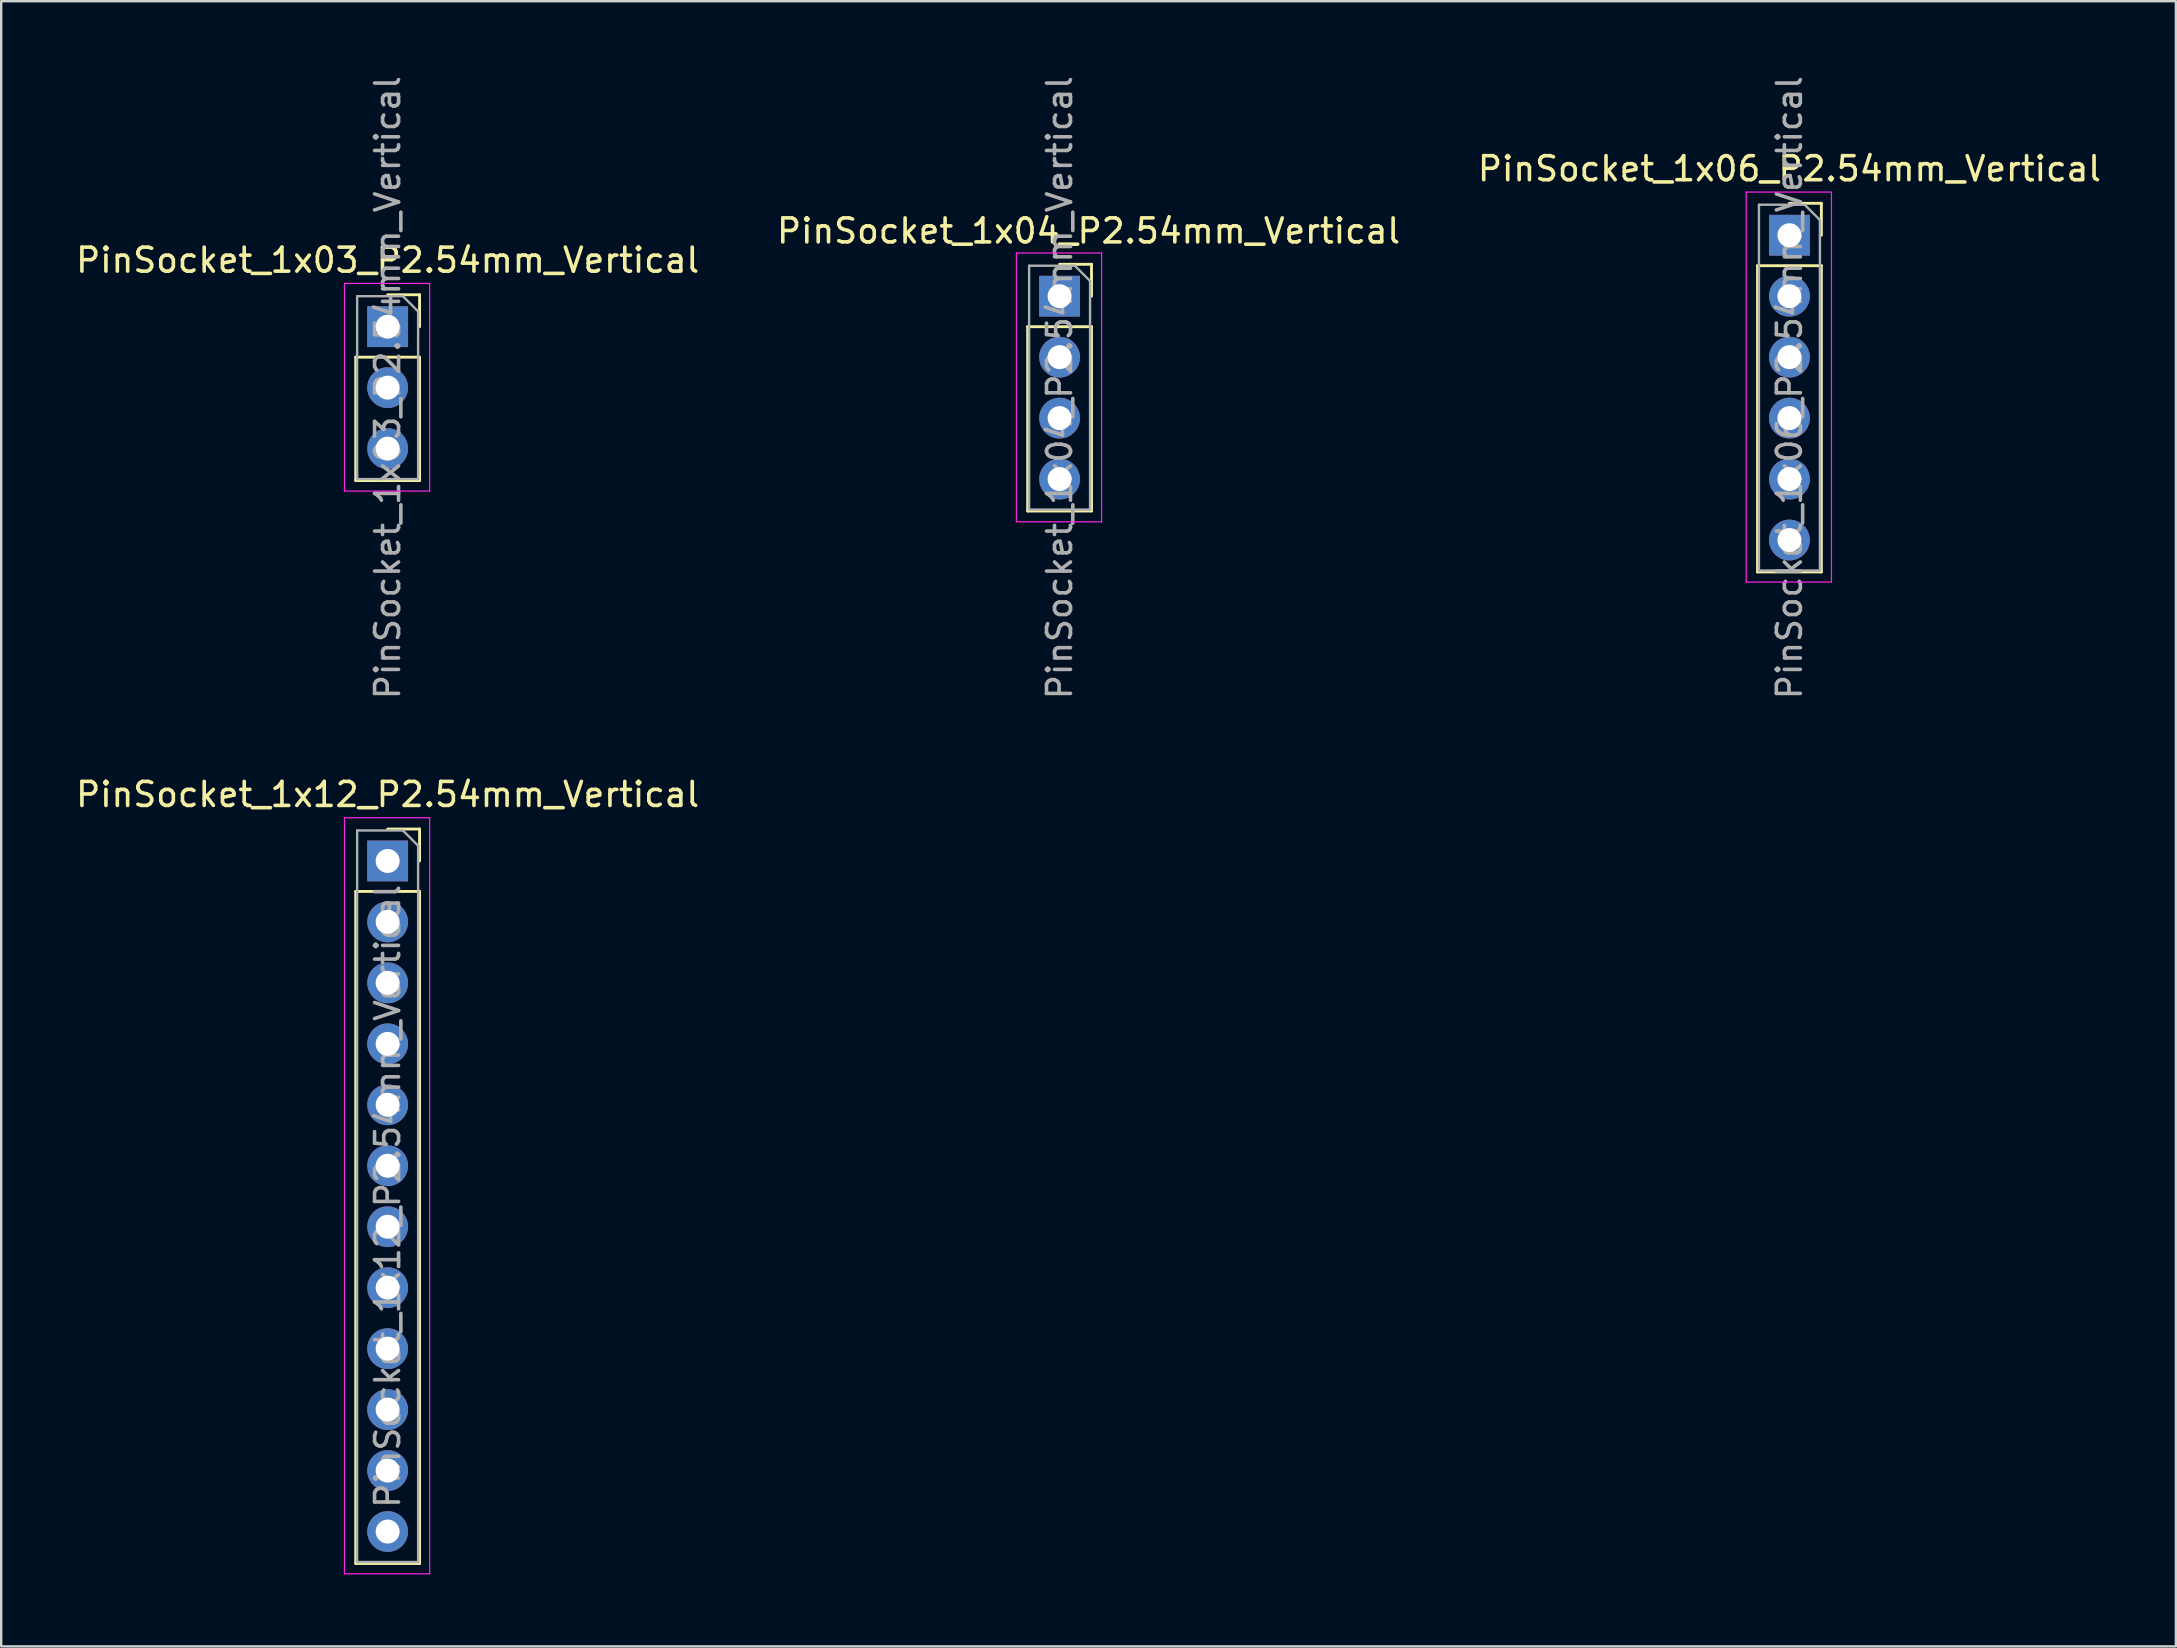
<source format=kicad_pcb>
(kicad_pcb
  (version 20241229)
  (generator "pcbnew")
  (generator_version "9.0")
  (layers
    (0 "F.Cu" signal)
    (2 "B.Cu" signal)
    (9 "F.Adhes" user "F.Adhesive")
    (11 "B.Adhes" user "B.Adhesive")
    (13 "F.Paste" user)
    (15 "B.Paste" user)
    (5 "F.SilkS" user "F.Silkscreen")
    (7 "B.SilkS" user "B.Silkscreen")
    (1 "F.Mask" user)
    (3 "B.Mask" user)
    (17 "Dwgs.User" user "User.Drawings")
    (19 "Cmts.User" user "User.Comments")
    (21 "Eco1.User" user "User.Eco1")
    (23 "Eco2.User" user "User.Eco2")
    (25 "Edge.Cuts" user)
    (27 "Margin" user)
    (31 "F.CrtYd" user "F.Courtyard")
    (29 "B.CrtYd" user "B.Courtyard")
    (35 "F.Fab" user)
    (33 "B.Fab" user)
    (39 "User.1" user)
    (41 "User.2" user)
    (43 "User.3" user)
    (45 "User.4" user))
  (footprint "PinSocket_1x06_P2.54mm_Vertical"
    (layer "F.Cu")
    (at 71.506 6.751)
    (property "Reference" "PinSocket_1x06_P2.54mm_Vertical" (at 0 -2.77 0) (layer "F.SilkS") (effects (font (size 1 1) (thickness 0.15))))
    (attr through_hole)
    (fp_line (start -1.33 1.27) (end -1.33 14.03) (stroke (width 0.12) (type solid)) (layer "F.SilkS"))
    (fp_line (start -1.33 1.27) (end 1.33 1.27) (stroke (width 0.12) (type solid)) (layer "F.SilkS"))
    (fp_line (start -1.33 14.03) (end 1.33 14.03) (stroke (width 0.12) (type solid)) (layer "F.SilkS"))
    (fp_line (start 0 -1.33) (end 1.33 -1.33) (stroke (width 0.12) (type solid)) (layer "F.SilkS"))
    (fp_line (start 1.33 -1.33) (end 1.33 0) (stroke (width 0.12) (type solid)) (layer "F.SilkS"))
    (fp_line (start 1.33 1.27) (end 1.33 14.03) (stroke (width 0.12) (type solid)) (layer "F.SilkS"))
    (fp_line (start -1.8 -1.8) (end 1.75 -1.8) (stroke (width 0.05) (type solid)) (layer "F.CrtYd"))
    (fp_line (start -1.8 14.45) (end -1.8 -1.8) (stroke (width 0.05) (type solid)) (layer "F.CrtYd"))
    (fp_line (start 1.75 -1.8) (end 1.75 14.45) (stroke (width 0.05) (type solid)) (layer "F.CrtYd"))
    (fp_line (start 1.75 14.45) (end -1.8 14.45) (stroke (width 0.05) (type solid)) (layer "F.CrtYd"))
    (fp_line (start -1.27 -1.27) (end 0.635 -1.27) (stroke (width 0.1) (type solid)) (layer "F.Fab"))
    (fp_line (start -1.27 13.97) (end -1.27 -1.27) (stroke (width 0.1) (type solid)) (layer "F.Fab"))
    (fp_line (start 0.635 -1.27) (end 1.27 -0.635) (stroke (width 0.1) (type solid)) (layer "F.Fab"))
    (fp_line (start 1.27 -0.635) (end 1.27 13.97) (stroke (width 0.1) (type solid)) (layer "F.Fab"))
    (fp_line (start 1.27 13.97) (end -1.27 13.97) (stroke (width 0.1) (type solid)) (layer "F.Fab"))
    (fp_text user "${REFERENCE}" (at 0 6.35 90) (layer "F.Fab") (effects (font (size 1 1) (thickness 0.15))))
    (pad "1" thru_hole rect (at 0 0) (size 1.7 1.7) (drill 1) (layers "*.Cu" "*.Mask"))
    (pad "2" thru_hole oval (at 0 2.54) (size 1.7 1.7) (drill 1) (layers "*.Cu" "*.Mask"))
    (pad "3" thru_hole oval (at 0 5.08) (size 1.7 1.7) (drill 1) (layers "*.Cu" "*.Mask"))
    (pad "4" thru_hole oval (at 0 7.62) (size 1.7 1.7) (drill 1) (layers "*.Cu" "*.Mask"))
    (pad "5" thru_hole oval (at 0 10.16) (size 1.7 1.7) (drill 1) (layers "*.Cu" "*.Mask"))
    (pad "6" thru_hole oval (at 0 12.7) (size 1.7 1.7) (drill 1) (layers "*.Cu" "*.Mask")))
  (footprint "PinSocket_1x04_P2.54mm_Vertical"
    (layer "F.Cu")
    (at 41.097 9.291)
    (property "Reference" "PinSocket_1x04_P2.54mm_Vertical" (at 1.206 -2.718 0) (layer "F.SilkS") (effects (font (size 1 1) (thickness 0.15))))
    (attr through_hole)
    (fp_line (start -1.33 1.27) (end -1.33 8.95) (stroke (width 0.12) (type solid)) (layer "F.SilkS"))
    (fp_line (start -1.33 1.27) (end 1.33 1.27) (stroke (width 0.12) (type solid)) (layer "F.SilkS"))
    (fp_line (start -1.33 8.95) (end 1.33 8.95) (stroke (width 0.12) (type solid)) (layer "F.SilkS"))
    (fp_line (start 0 -1.33) (end 1.33 -1.33) (stroke (width 0.12) (type solid)) (layer "F.SilkS"))
    (fp_line (start 1.33 -1.33) (end 1.33 0) (stroke (width 0.12) (type solid)) (layer "F.SilkS"))
    (fp_line (start 1.33 1.27) (end 1.33 8.95) (stroke (width 0.12) (type solid)) (layer "F.SilkS"))
    (fp_line (start -1.8 -1.8) (end 1.75 -1.8) (stroke (width 0.05) (type solid)) (layer "F.CrtYd"))
    (fp_line (start -1.8 9.4) (end -1.8 -1.8) (stroke (width 0.05) (type solid)) (layer "F.CrtYd"))
    (fp_line (start 1.75 -1.8) (end 1.75 9.4) (stroke (width 0.05) (type solid)) (layer "F.CrtYd"))
    (fp_line (start 1.75 9.4) (end -1.8 9.4) (stroke (width 0.05) (type solid)) (layer "F.CrtYd"))
    (fp_line (start -1.27 -1.27) (end 0.635 -1.27) (stroke (width 0.1) (type solid)) (layer "F.Fab"))
    (fp_line (start -1.27 8.89) (end -1.27 -1.27) (stroke (width 0.1) (type solid)) (layer "F.Fab"))
    (fp_line (start 0.635 -1.27) (end 1.27 -0.635) (stroke (width 0.1) (type solid)) (layer "F.Fab"))
    (fp_line (start 1.27 -0.635) (end 1.27 8.89) (stroke (width 0.1) (type solid)) (layer "F.Fab"))
    (fp_line (start 1.27 8.89) (end -1.27 8.89) (stroke (width 0.1) (type solid)) (layer "F.Fab"))
    (fp_text user "${REFERENCE}" (at 0 3.81 90) (layer "F.Fab") (effects (font (size 1 1) (thickness 0.15))))
    (pad "1" thru_hole rect (at 0 0) (size 1.7 1.7) (drill 1) (layers "*.Cu" "*.Mask"))
    (pad "2" thru_hole oval (at 0 2.54) (size 1.7 1.7) (drill 1) (layers "*.Cu" "*.Mask"))
    (pad "3" thru_hole oval (at 0 5.08) (size 1.7 1.7) (drill 1) (layers "*.Cu" "*.Mask"))
    (pad "4" thru_hole oval (at 0 7.62) (size 1.7 1.7) (drill 1) (layers "*.Cu" "*.Mask")))
  (footprint "PinSocket_1x12_P2.54mm_Vertical"
    (layer "F.Cu")
    (at 13.101 32.821)
    (property "Reference" "PinSocket_1x12_P2.54mm_Vertical" (at 0 -2.77 180) (layer "F.SilkS") (effects (font (size 1 1) (thickness 0.15))))
    (attr through_hole)
    (fp_line (start -1.33 1.27) (end -1.33 29.27) (stroke (width 0.12) (type solid)) (layer "F.SilkS"))
    (fp_line (start -1.33 1.27) (end 1.33 1.27) (stroke (width 0.12) (type solid)) (layer "F.SilkS"))
    (fp_line (start -1.33 29.27) (end 1.33 29.27) (stroke (width 0.12) (type solid)) (layer "F.SilkS"))
    (fp_line (start 0 -1.33) (end 1.33 -1.33) (stroke (width 0.12) (type solid)) (layer "F.SilkS"))
    (fp_line (start 1.33 -1.33) (end 1.33 0) (stroke (width 0.12) (type solid)) (layer "F.SilkS"))
    (fp_line (start 1.33 1.27) (end 1.33 29.27) (stroke (width 0.12) (type solid)) (layer "F.SilkS"))
    (fp_line (start -1.8 -1.8) (end 1.75 -1.8) (stroke (width 0.05) (type solid)) (layer "F.CrtYd"))
    (fp_line (start -1.8 29.7) (end -1.8 -1.8) (stroke (width 0.05) (type solid)) (layer "F.CrtYd"))
    (fp_line (start 1.75 -1.8) (end 1.75 29.7) (stroke (width 0.05) (type solid)) (layer "F.CrtYd"))
    (fp_line (start 1.75 29.7) (end -1.8 29.7) (stroke (width 0.05) (type solid)) (layer "F.CrtYd"))
    (fp_line (start -1.27 -1.27) (end 0.635 -1.27) (stroke (width 0.1) (type solid)) (layer "F.Fab"))
    (fp_line (start -1.27 29.21) (end -1.27 -1.27) (stroke (width 0.1) (type solid)) (layer "F.Fab"))
    (fp_line (start 0.635 -1.27) (end 1.27 -0.635) (stroke (width 0.1) (type solid)) (layer "F.Fab"))
    (fp_line (start 1.27 -0.635) (end 1.27 29.21) (stroke (width 0.1) (type solid)) (layer "F.Fab"))
    (fp_line (start 1.27 29.21) (end -1.27 29.21) (stroke (width 0.1) (type solid)) (layer "F.Fab"))
    (fp_text user "${REFERENCE}" (at 0 13.97 270) (layer "F.Fab") (effects (font (size 1 1) (thickness 0.15))))
    (pad "1" thru_hole rect (at 0 0) (size 1.7 1.7) (drill 1) (layers "*.Cu" "*.Mask"))
    (pad "2" thru_hole oval (at 0 2.54) (size 1.7 1.7) (drill 1) (layers "*.Cu" "*.Mask"))
    (pad "3" thru_hole oval (at 0 5.08) (size 1.7 1.7) (drill 1) (layers "*.Cu" "*.Mask"))
    (pad "4" thru_hole oval (at 0 7.62) (size 1.7 1.7) (drill 1) (layers "*.Cu" "*.Mask"))
    (pad "5" thru_hole oval (at 0 10.16) (size 1.7 1.7) (drill 1) (layers "*.Cu" "*.Mask"))
    (pad "6" thru_hole oval (at 0 12.7) (size 1.7 1.7) (drill 1) (layers "*.Cu" "*.Mask"))
    (pad "7" thru_hole oval (at 0 15.24) (size 1.7 1.7) (drill 1) (layers "*.Cu" "*.Mask"))
    (pad "8" thru_hole oval (at 0 17.78) (size 1.7 1.7) (drill 1) (layers "*.Cu" "*.Mask"))
    (pad "9" thru_hole oval (at 0 20.32) (size 1.7 1.7) (drill 1) (layers "*.Cu" "*.Mask"))
    (pad "10" thru_hole oval (at 0 22.86) (size 1.7 1.7) (drill 1) (layers "*.Cu" "*.Mask"))
    (pad "11" thru_hole oval (at 0 25.4) (size 1.7 1.7) (drill 1) (layers "*.Cu" "*.Mask"))
    (pad "12" thru_hole oval (at 0 27.94) (size 1.7 1.7) (drill 1) (layers "*.Cu" "*.Mask")))
  (footprint "PinSocket_1x03_P2.54mm_Vertical"
    (layer "F.Cu")
    (at 13.101 10.561)
    (property "Reference" "PinSocket_1x03_P2.54mm_Vertical" (at 0 -2.77 0) (layer "F.SilkS") (effects (font (size 1 1) (thickness 0.15))))
    (attr through_hole)
    (fp_line (start -1.33 1.27) (end -1.33 6.41) (stroke (width 0.12) (type solid)) (layer "F.SilkS"))
    (fp_line (start -1.33 1.27) (end 1.33 1.27) (stroke (width 0.12) (type solid)) (layer "F.SilkS"))
    (fp_line (start -1.33 6.41) (end 1.33 6.41) (stroke (width 0.12) (type solid)) (layer "F.SilkS"))
    (fp_line (start 0 -1.33) (end 1.33 -1.33) (stroke (width 0.12) (type solid)) (layer "F.SilkS"))
    (fp_line (start 1.33 -1.33) (end 1.33 0) (stroke (width 0.12) (type solid)) (layer "F.SilkS"))
    (fp_line (start 1.33 1.27) (end 1.33 6.41) (stroke (width 0.12) (type solid)) (layer "F.SilkS"))
    (fp_line (start -1.8 -1.8) (end 1.75 -1.8) (stroke (width 0.05) (type solid)) (layer "F.CrtYd"))
    (fp_line (start -1.8 6.85) (end -1.8 -1.8) (stroke (width 0.05) (type solid)) (layer "F.CrtYd"))
    (fp_line (start 1.75 -1.8) (end 1.75 6.85) (stroke (width 0.05) (type solid)) (layer "F.CrtYd"))
    (fp_line (start 1.75 6.85) (end -1.8 6.85) (stroke (width 0.05) (type solid)) (layer "F.CrtYd"))
    (fp_line (start -1.27 -1.27) (end 0.635 -1.27) (stroke (width 0.1) (type solid)) (layer "F.Fab"))
    (fp_line (start -1.27 6.35) (end -1.27 -1.27) (stroke (width 0.1) (type solid)) (layer "F.Fab"))
    (fp_line (start 0.635 -1.27) (end 1.27 -0.635) (stroke (width 0.1) (type solid)) (layer "F.Fab"))
    (fp_line (start 1.27 -0.635) (end 1.27 6.35) (stroke (width 0.1) (type solid)) (layer "F.Fab"))
    (fp_line (start 1.27 6.35) (end -1.27 6.35) (stroke (width 0.1) (type solid)) (layer "F.Fab"))
    (fp_text user "${REFERENCE}" (at 0 2.54 270) (layer "F.Fab") (effects (font (size 1 1) (thickness 0.15))))
    (pad "1" thru_hole rect (at 0 0) (size 1.7 1.7) (drill 1) (layers "*.Cu" "*.Mask"))
    (pad "2" thru_hole oval (at 0 2.54) (size 1.7 1.7) (drill 1) (layers "*.Cu" "*.Mask"))
    (pad "3" thru_hole oval (at 0 5.08) (size 1.7 1.7) (drill 1) (layers "*.Cu" "*.Mask")))
  (gr_rect
    (start -3 -3)
    (end 87.607 65.546)
    (stroke (width 0.1) (type default))
    (fill no)
    (layer "Edge.Cuts")))
</source>
